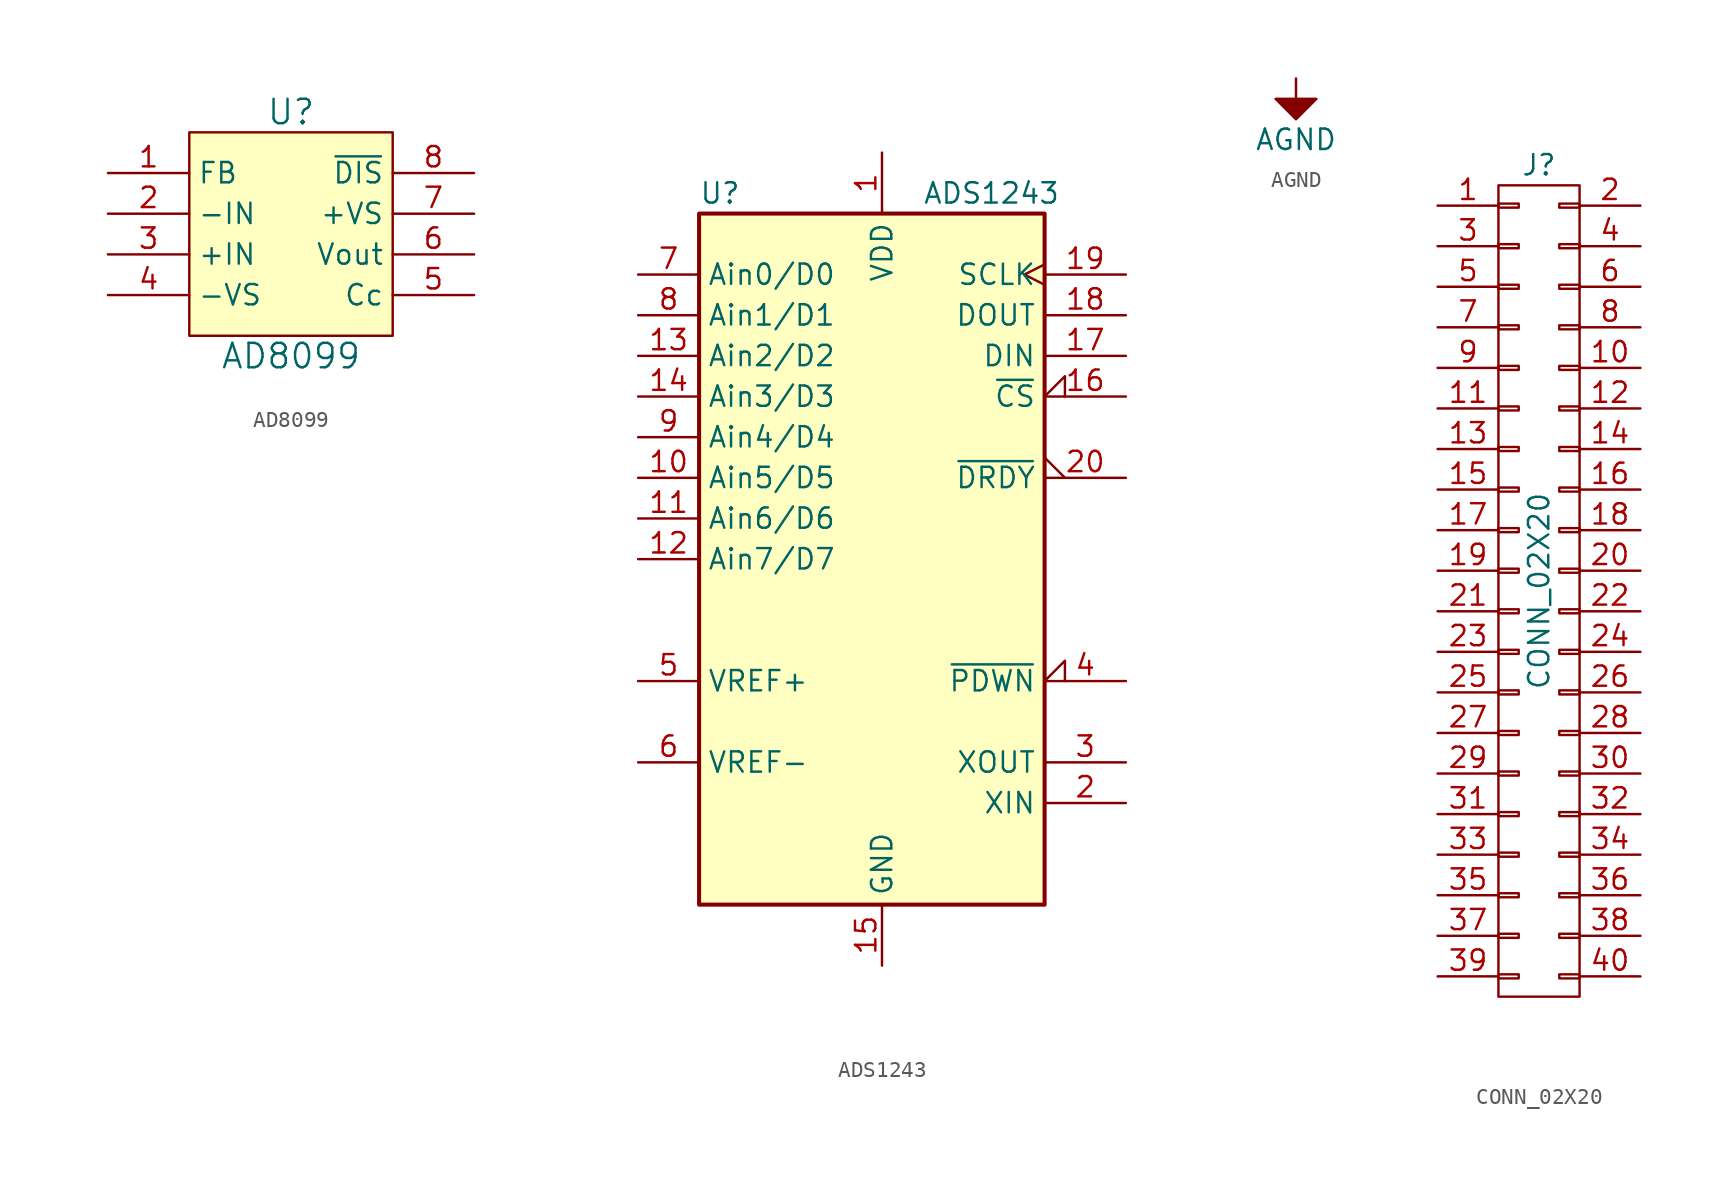
<source format=kicad_sym>
(kicad_symbol_lib
  (version 20241209)
  (generator "kicad_symbol_editor")
  (generator_version "9.0")
  (symbol "AD8099"
    (property "Reference" "U"
      (at 0 7.62 0)
      (effects (font (size 1.524 1.524))))
    (property "Value" "AD8099"
      (at 0 -7.62 0)
      (effects (font (size 1.524 1.524))))
    (property "Footprint" ""
      (at 0 1.27 0)
      (effects (font (size 1.524 1.524))))
    (property "Datasheet" ""
      (at 0 1.27 0)
      (effects (font (size 1.524 1.524))))
    (symbol "AD8099_0_1"
      (rectangle (start -6.35 6.35) (end 6.35 -6.35) (stroke (width 0) (type default)) (fill (type background))))
    (symbol "AD8099_1_1"
      (pin input line (at -11.43 3.81 0) (length 5.08) (name "FB" (effects (font (size 1.27 1.27)))) (number "1" (effects (font (size 1.27 1.27)))))
      (pin input line (at -11.43 1.27 0) (length 5.08) (name "-IN" (effects (font (size 1.27 1.27)))) (number "2" (effects (font (size 1.27 1.27)))))
      (pin input line (at -11.43 -1.27 0) (length 5.08) (name "+IN" (effects (font (size 1.27 1.27)))) (number "3" (effects (font (size 1.27 1.27)))))
      (pin power_in line (at -11.43 -3.81 0) (length 5.08) (name "-VS" (effects (font (size 1.27 1.27)))) (number "4" (effects (font (size 1.27 1.27)))))
      (pin input line (at 11.43 3.81 180) (length 5.08) (name "~{DIS}" (effects (font (size 1.27 1.27)))) (number "8" (effects (font (size 1.27 1.27)))))
      (pin power_in line (at 11.43 1.27 180) (length 5.08) (name "+VS" (effects (font (size 1.27 1.27)))) (number "7" (effects (font (size 1.27 1.27)))))
      (pin output line (at 11.43 -1.27 180) (length 5.08) (name "Vout" (effects (font (size 1.27 1.27)))) (number "6" (effects (font (size 1.27 1.27)))))
      (pin input line (at 11.43 -3.81 180) (length 5.08) (name "Cc" (effects (font (size 1.27 1.27)))) (number "5" (effects (font (size 1.27 1.27)))))))
  (symbol "ADS1243"
    (property "Reference" "U"
      (at -11.43 22.86 0)
      (effects (font (size 1.27 1.27)) (justify left)))
    (property "Value" "ADS1243"
      (at 2.54 22.86 0)
      (effects (font (size 1.27 1.27)) (justify left)))
    (symbol "ADS1243_0_1"
      (rectangle (start -11.43 21.59) (end 10.16 -21.59) (stroke (width 0.254) (type default)) (fill (type background))))
    (symbol "ADS1243_1_1"
      (pin input line (at -15.24 17.78 0) (length 3.81) (name "Ain0/D0" (effects (font (size 1.27 1.27)))) (number "7" (effects (font (size 1.27 1.27)))))
      (pin input line (at -15.24 15.24 0) (length 3.81) (name "Ain1/D1" (effects (font (size 1.27 1.27)))) (number "8" (effects (font (size 1.27 1.27)))))
      (pin input line (at -15.24 12.7 0) (length 3.81) (name "Ain2/D2" (effects (font (size 1.27 1.27)))) (number "13" (effects (font (size 1.27 1.27)))))
      (pin input line (at -15.24 10.16 0) (length 3.81) (name "Ain3/D3" (effects (font (size 1.27 1.27)))) (number "14" (effects (font (size 1.27 1.27)))))
      (pin input line (at -15.24 7.62 0) (length 3.81) (name "Ain4/D4" (effects (font (size 1.27 1.27)))) (number "9" (effects (font (size 1.27 1.27)))))
      (pin input line (at -15.24 5.08 0) (length 3.81) (name "Ain5/D5" (effects (font (size 1.27 1.27)))) (number "10" (effects (font (size 1.27 1.27)))))
      (pin input line (at -15.24 2.54 0) (length 3.81) (name "Ain6/D6" (effects (font (size 1.27 1.27)))) (number "11" (effects (font (size 1.27 1.27)))))
      (pin input line (at -15.24 0 0) (length 3.81) (name "Ain7/D7" (effects (font (size 1.27 1.27)))) (number "12" (effects (font (size 1.27 1.27)))))
      (pin input line (at -15.24 -7.62 0) (length 3.81) (name "VREF+" (effects (font (size 1.27 1.27)))) (number "5" (effects (font (size 1.27 1.27)))))
      (pin input line (at -15.24 -12.7 0) (length 3.81) (name "VREF-" (effects (font (size 1.27 1.27)))) (number "6" (effects (font (size 1.27 1.27)))))
      (pin power_in line (at 0 25.4 270) (length 3.81) (name "VDD" (effects (font (size 1.27 1.27)))) (number "1" (effects (font (size 1.27 1.27)))))
      (pin power_in line (at 0 -25.4 90) (length 3.81) (name "GND" (effects (font (size 1.27 1.27)))) (number "15" (effects (font (size 1.27 1.27)))))
      (pin input clock (at 15.24 17.78 180) (length 5.08) (name "SCLK" (effects (font (size 1.27 1.27)))) (number "19" (effects (font (size 1.27 1.27)))))
      (pin output line (at 15.24 15.24 180) (length 5.08) (name "DOUT" (effects (font (size 1.27 1.27)))) (number "18" (effects (font (size 1.27 1.27)))))
      (pin input line (at 15.24 12.7 180) (length 5.08) (name "DIN" (effects (font (size 1.27 1.27)))) (number "17" (effects (font (size 1.27 1.27)))))
      (pin input input_low (at 15.24 10.16 180) (length 5.08) (name "~{CS}" (effects (font (size 1.27 1.27)))) (number "16" (effects (font (size 1.27 1.27)))))
      (pin open_collector output_low (at 15.24 5.08 180) (length 5.08) (name "~{DRDY}" (effects (font (size 1.27 1.27)))) (number "20" (effects (font (size 1.27 1.27)))))
      (pin input input_low (at 15.24 -7.62 180) (length 5.08) (name "~{PDWN}" (effects (font (size 1.27 1.27)))) (number "4" (effects (font (size 1.27 1.27)))))
      (pin output line (at 15.24 -12.7 180) (length 5.08) (name "XOUT" (effects (font (size 1.27 1.27)))) (number "3" (effects (font (size 1.27 1.27)))))
      (pin input line (at 15.24 -15.24 180) (length 5.08) (name "XIN" (effects (font (size 1.27 1.27)))) (number "2" (effects (font (size 1.27 1.27)))))))
  (symbol "AGND"
    (power)
    (pin_names
      (offset 0))
    (property "Reference" "#PWR"
      (at 0 -6.35 0)
      (effects (font (size 1.27 1.27)) (hide yes)))
    (property "Value" "AGND"
      (at 0 -3.81 0)
      (effects (font (size 1.27 1.27))))
    (symbol "AGND_0_1"
      (polyline (pts (xy 0 0) (xy 0 -1.27) (xy 1.27 -1.27) (xy 0 -2.54) (xy -1.27 -1.27) (xy 0 -1.27)) (stroke (width 0) (type default)) (fill (type outline))))
    (symbol "AGND_1_1"
      (pin power_in line (at 0 0 270) (length 0) (hide yes) (name "AGND" (effects (font (size 1.27 1.27)))) (number "1" (effects (font (size 1.27 1.27)))))))
  (symbol "CONN_02X20"
    (pin_names
      (offset 0.025)
      (hide yes))
    (property "Reference" "J"
      (at 0 26.67 0)
      (effects (font (size 1.27 1.27))))
    (property "Value" "CONN_02X20"
      (at 0 0 90)
      (effects (font (size 1.27 1.27))))
    (symbol "CONN_02X20_0_1"
      (rectangle (start -2.54 25.4) (end 2.54 -25.4) (stroke (width 0) (type default)) (fill (type none)))
      (rectangle (start -2.54 24.257) (end -1.27 24.003) (stroke (width 0) (type default)) (fill (type none)))
      (rectangle (start -2.54 21.717) (end -1.27 21.463) (stroke (width 0) (type default)) (fill (type none)))
      (rectangle (start -2.54 19.177) (end -1.27 18.923) (stroke (width 0) (type default)) (fill (type none)))
      (rectangle (start -2.54 16.637) (end -1.27 16.383) (stroke (width 0) (type default)) (fill (type none)))
      (rectangle (start -2.54 14.097) (end -1.27 13.843) (stroke (width 0) (type default)) (fill (type none)))
      (rectangle (start -2.54 11.557) (end -1.27 11.303) (stroke (width 0) (type default)) (fill (type none)))
      (rectangle (start -2.54 9.017) (end -1.27 8.763) (stroke (width 0) (type default)) (fill (type none)))
      (rectangle (start -2.54 6.477) (end -1.27 6.223) (stroke (width 0) (type default)) (fill (type none)))
      (rectangle (start -2.54 3.937) (end -1.27 3.683) (stroke (width 0) (type default)) (fill (type none)))
      (rectangle (start -2.54 1.397) (end -1.27 1.143) (stroke (width 0) (type default)) (fill (type none)))
      (rectangle (start -2.54 -1.143) (end -1.27 -1.397) (stroke (width 0) (type default)) (fill (type none)))
      (rectangle (start -2.54 -3.683) (end -1.27 -3.937) (stroke (width 0) (type default)) (fill (type none)))
      (rectangle (start -2.54 -6.223) (end -1.27 -6.477) (stroke (width 0) (type default)) (fill (type none)))
      (rectangle (start -2.54 -8.763) (end -1.27 -9.017) (stroke (width 0) (type default)) (fill (type none)))
      (rectangle (start -2.54 -11.303) (end -1.27 -11.557) (stroke (width 0) (type default)) (fill (type none)))
      (rectangle (start -2.54 -13.843) (end -1.27 -14.097) (stroke (width 0) (type default)) (fill (type none)))
      (rectangle (start -2.54 -16.383) (end -1.27 -16.637) (stroke (width 0) (type default)) (fill (type none)))
      (rectangle (start -2.54 -18.923) (end -1.27 -19.177) (stroke (width 0) (type default)) (fill (type none)))
      (rectangle (start -2.54 -21.463) (end -1.27 -21.717) (stroke (width 0) (type default)) (fill (type none)))
      (rectangle (start -2.54 -24.003) (end -1.27 -24.257) (stroke (width 0) (type default)) (fill (type none)))
      (rectangle (start 1.27 24.257) (end 2.54 24.003) (stroke (width 0) (type default)) (fill (type none)))
      (rectangle (start 1.27 21.717) (end 2.54 21.463) (stroke (width 0) (type default)) (fill (type none)))
      (rectangle (start 1.27 19.177) (end 2.54 18.923) (stroke (width 0) (type default)) (fill (type none)))
      (rectangle (start 1.27 16.637) (end 2.54 16.383) (stroke (width 0) (type default)) (fill (type none)))
      (rectangle (start 1.27 14.097) (end 2.54 13.843) (stroke (width 0) (type default)) (fill (type none)))
      (rectangle (start 1.27 11.557) (end 2.54 11.303) (stroke (width 0) (type default)) (fill (type none)))
      (rectangle (start 1.27 9.017) (end 2.54 8.763) (stroke (width 0) (type default)) (fill (type none)))
      (rectangle (start 1.27 6.477) (end 2.54 6.223) (stroke (width 0) (type default)) (fill (type none)))
      (rectangle (start 1.27 3.937) (end 2.54 3.683) (stroke (width 0) (type default)) (fill (type none)))
      (rectangle (start 1.27 1.397) (end 2.54 1.143) (stroke (width 0) (type default)) (fill (type none)))
      (rectangle (start 1.27 -1.143) (end 2.54 -1.397) (stroke (width 0) (type default)) (fill (type none)))
      (rectangle (start 1.27 -3.683) (end 2.54 -3.937) (stroke (width 0) (type default)) (fill (type none)))
      (rectangle (start 1.27 -6.223) (end 2.54 -6.477) (stroke (width 0) (type default)) (fill (type none)))
      (rectangle (start 1.27 -8.763) (end 2.54 -9.017) (stroke (width 0) (type default)) (fill (type none)))
      (rectangle (start 1.27 -11.303) (end 2.54 -11.557) (stroke (width 0) (type default)) (fill (type none)))
      (rectangle (start 1.27 -13.843) (end 2.54 -14.097) (stroke (width 0) (type default)) (fill (type none)))
      (rectangle (start 1.27 -16.383) (end 2.54 -16.637) (stroke (width 0) (type default)) (fill (type none)))
      (rectangle (start 1.27 -18.923) (end 2.54 -19.177) (stroke (width 0) (type default)) (fill (type none)))
      (rectangle (start 1.27 -21.463) (end 2.54 -21.717) (stroke (width 0) (type default)) (fill (type none)))
      (rectangle (start 1.27 -24.003) (end 2.54 -24.257) (stroke (width 0) (type default)) (fill (type none))))
    (symbol "CONN_02X20_1_1"
      (pin passive line (at -6.35 24.13 0) (length 3.81) (name "P1" (effects (font (size 1.27 1.27)))) (number "1" (effects (font (size 1.27 1.27)))))
      (pin passive line (at -6.35 21.59 0) (length 3.81) (name "P3" (effects (font (size 1.27 1.27)))) (number "3" (effects (font (size 1.27 1.27)))))
      (pin passive line (at -6.35 19.05 0) (length 3.81) (name "P5" (effects (font (size 1.27 1.27)))) (number "5" (effects (font (size 1.27 1.27)))))
      (pin passive line (at -6.35 16.51 0) (length 3.81) (name "P7" (effects (font (size 1.27 1.27)))) (number "7" (effects (font (size 1.27 1.27)))))
      (pin passive line (at -6.35 13.97 0) (length 3.81) (name "P9" (effects (font (size 1.27 1.27)))) (number "9" (effects (font (size 1.27 1.27)))))
      (pin passive line (at -6.35 11.43 0) (length 3.81) (name "P11" (effects (font (size 1.27 1.27)))) (number "11" (effects (font (size 1.27 1.27)))))
      (pin passive line (at -6.35 8.89 0) (length 3.81) (name "P13" (effects (font (size 1.27 1.27)))) (number "13" (effects (font (size 1.27 1.27)))))
      (pin passive line (at -6.35 6.35 0) (length 3.81) (name "P15" (effects (font (size 1.27 1.27)))) (number "15" (effects (font (size 1.27 1.27)))))
      (pin passive line (at -6.35 3.81 0) (length 3.81) (name "P17" (effects (font (size 1.27 1.27)))) (number "17" (effects (font (size 1.27 1.27)))))
      (pin passive line (at -6.35 1.27 0) (length 3.81) (name "P19" (effects (font (size 1.27 1.27)))) (number "19" (effects (font (size 1.27 1.27)))))
      (pin passive line (at -6.35 -1.27 0) (length 3.81) (name "P21" (effects (font (size 1.27 1.27)))) (number "21" (effects (font (size 1.27 1.27)))))
      (pin passive line (at -6.35 -3.81 0) (length 3.81) (name "P23" (effects (font (size 1.27 1.27)))) (number "23" (effects (font (size 1.27 1.27)))))
      (pin passive line (at -6.35 -6.35 0) (length 3.81) (name "P25" (effects (font (size 1.27 1.27)))) (number "25" (effects (font (size 1.27 1.27)))))
      (pin passive line (at -6.35 -8.89 0) (length 3.81) (name "P27" (effects (font (size 1.27 1.27)))) (number "27" (effects (font (size 1.27 1.27)))))
      (pin passive line (at -6.35 -11.43 0) (length 3.81) (name "P29" (effects (font (size 1.27 1.27)))) (number "29" (effects (font (size 1.27 1.27)))))
      (pin passive line (at -6.35 -13.97 0) (length 3.81) (name "P31" (effects (font (size 1.27 1.27)))) (number "31" (effects (font (size 1.27 1.27)))))
      (pin passive line (at -6.35 -16.51 0) (length 3.81) (name "P33" (effects (font (size 1.27 1.27)))) (number "33" (effects (font (size 1.27 1.27)))))
      (pin passive line (at -6.35 -19.05 0) (length 3.81) (name "P35" (effects (font (size 1.27 1.27)))) (number "35" (effects (font (size 1.27 1.27)))))
      (pin passive line (at -6.35 -21.59 0) (length 3.81) (name "P37" (effects (font (size 1.27 1.27)))) (number "37" (effects (font (size 1.27 1.27)))))
      (pin passive line (at -6.35 -24.13 0) (length 3.81) (name "P39" (effects (font (size 1.27 1.27)))) (number "39" (effects (font (size 1.27 1.27)))))
      (pin passive line (at 6.35 24.13 180) (length 3.81) (name "P2" (effects (font (size 1.27 1.27)))) (number "2" (effects (font (size 1.27 1.27)))))
      (pin passive line (at 6.35 21.59 180) (length 3.81) (name "P4" (effects (font (size 1.27 1.27)))) (number "4" (effects (font (size 1.27 1.27)))))
      (pin passive line (at 6.35 19.05 180) (length 3.81) (name "P6" (effects (font (size 1.27 1.27)))) (number "6" (effects (font (size 1.27 1.27)))))
      (pin passive line (at 6.35 16.51 180) (length 3.81) (name "P8" (effects (font (size 1.27 1.27)))) (number "8" (effects (font (size 1.27 1.27)))))
      (pin passive line (at 6.35 13.97 180) (length 3.81) (name "P10" (effects (font (size 1.27 1.27)))) (number "10" (effects (font (size 1.27 1.27)))))
      (pin passive line (at 6.35 11.43 180) (length 3.81) (name "P12" (effects (font (size 1.27 1.27)))) (number "12" (effects (font (size 1.27 1.27)))))
      (pin passive line (at 6.35 8.89 180) (length 3.81) (name "P14" (effects (font (size 1.27 1.27)))) (number "14" (effects (font (size 1.27 1.27)))))
      (pin passive line (at 6.35 6.35 180) (length 3.81) (name "P16" (effects (font (size 1.27 1.27)))) (number "16" (effects (font (size 1.27 1.27)))))
      (pin passive line (at 6.35 3.81 180) (length 3.81) (name "P18" (effects (font (size 1.27 1.27)))) (number "18" (effects (font (size 1.27 1.27)))))
      (pin passive line (at 6.35 1.27 180) (length 3.81) (name "P20" (effects (font (size 1.27 1.27)))) (number "20" (effects (font (size 1.27 1.27)))))
      (pin passive line (at 6.35 -1.27 180) (length 3.81) (name "P22" (effects (font (size 1.27 1.27)))) (number "22" (effects (font (size 1.27 1.27)))))
      (pin passive line (at 6.35 -3.81 180) (length 3.81) (name "P24" (effects (font (size 1.27 1.27)))) (number "24" (effects (font (size 1.27 1.27)))))
      (pin passive line (at 6.35 -6.35 180) (length 3.81) (name "P26" (effects (font (size 1.27 1.27)))) (number "26" (effects (font (size 1.27 1.27)))))
      (pin passive line (at 6.35 -8.89 180) (length 3.81) (name "P28" (effects (font (size 1.27 1.27)))) (number "28" (effects (font (size 1.27 1.27)))))
      (pin passive line (at 6.35 -11.43 180) (length 3.81) (name "P30" (effects (font (size 1.27 1.27)))) (number "30" (effects (font (size 1.27 1.27)))))
      (pin passive line (at 6.35 -13.97 180) (length 3.81) (name "P32" (effects (font (size 1.27 1.27)))) (number "32" (effects (font (size 1.27 1.27)))))
      (pin passive line (at 6.35 -16.51 180) (length 3.81) (name "P34" (effects (font (size 1.27 1.27)))) (number "34" (effects (font (size 1.27 1.27)))))
      (pin passive line (at 6.35 -19.05 180) (length 3.81) (name "P36" (effects (font (size 1.27 1.27)))) (number "36" (effects (font (size 1.27 1.27)))))
      (pin passive line (at 6.35 -21.59 180) (length 3.81) (name "P38" (effects (font (size 1.27 1.27)))) (number "38" (effects (font (size 1.27 1.27)))))
      (pin passive line (at 6.35 -24.13 180) (length 3.81) (name "P40" (effects (font (size 1.27 1.27)))) (number "40" (effects (font (size 1.27 1.27))))))))
</source>
